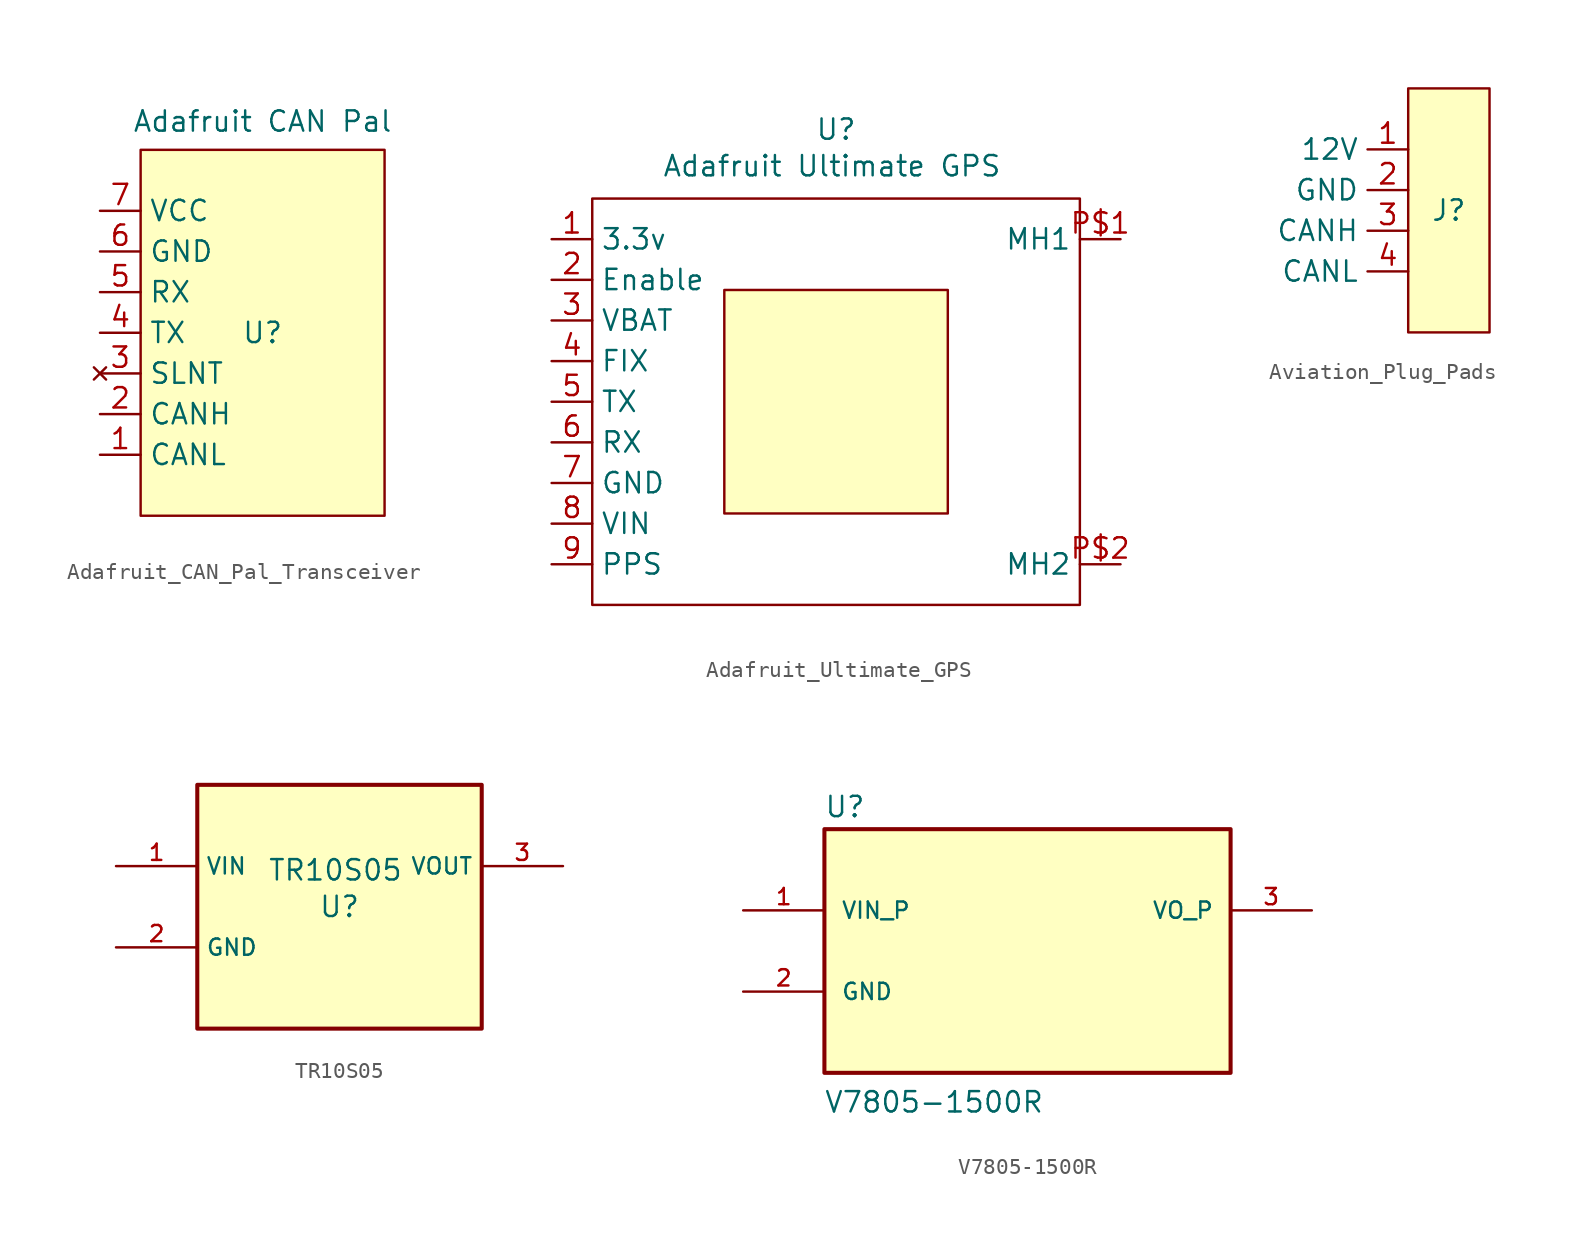
<source format=kicad_sym>
(kicad_symbol_lib
  (version 20241209)
  (generator "kicad_symbol_editor")
  (generator_version "9.0")
  (symbol "Adafruit_CAN_Pal_Transceiver"
    (property "Reference" "U"
      (at 0 0 0)
      (effects (font (size 1.27 1.27))))
    (property "Value" "Adafruit CAN Pal"
      (at 0 13.208 0)
      (effects (font (size 1.27 1.27))))
    (symbol "Adafruit_CAN_Pal_Transceiver_1_1"
      (rectangle (start -7.62 11.43) (end 7.62 -11.43) (stroke (width 0) (type default)) (fill (type background)))
      (pin power_in line (at -10.16 7.62 0) (length 2.54) (name "VCC" (effects (font (size 1.27 1.27)))) (number "7" (effects (font (size 1.27 1.27)))))
      (pin power_in line (at -10.16 5.08 0) (length 2.54) (name "GND" (effects (font (size 1.27 1.27)))) (number "6" (effects (font (size 1.27 1.27)))))
      (pin bidirectional line (at -10.16 2.54 0) (length 2.54) (name "RX" (effects (font (size 1.27 1.27)))) (number "5" (effects (font (size 1.27 1.27)))))
      (pin bidirectional line (at -10.16 0 0) (length 2.54) (name "TX" (effects (font (size 1.27 1.27)))) (number "4" (effects (font (size 1.27 1.27)))))
      (pin no_connect line (at -10.16 -2.54 0) (length 2.54) (name "SLNT" (effects (font (size 1.27 1.27)))) (number "3" (effects (font (size 1.27 1.27)))))
      (pin bidirectional line (at -10.16 -5.08 0) (length 2.54) (name "CANH" (effects (font (size 1.27 1.27)))) (number "2" (effects (font (size 1.27 1.27)))))
      (pin bidirectional line (at -10.16 -7.62 0) (length 2.54) (name "CANL" (effects (font (size 1.27 1.27)))) (number "1" (effects (font (size 1.27 1.27)))))))
  (symbol "Adafruit_Ultimate_GPS"
    (property "Reference" "U"
      (at 0 15.748 0)
      (effects (font (size 1.27 1.27))))
    (property "Value" "Adafruit Ultimate GPS"
      (at -0.254 13.462 0)
      (effects (font (size 1.27 1.27))))
    (symbol "Adafruit_Ultimate_GPS_0_1"
      (rectangle (start -15.24 11.43) (end 15.24 -13.97) (stroke (width 0) (type default)) (fill (type none))))
    (symbol "Adafruit_Ultimate_GPS_1_1"
      (rectangle (start -6.985 5.715) (end 6.985 -8.255) (stroke (width 0) (type solid)) (fill (type background)))
      (pin unspecified line (at -17.78 8.89 0) (length 2.54) (name "3.3v" (effects (font (size 1.27 1.27)))) (number "1" (effects (font (size 1.27 1.27)))))
      (pin unspecified line (at -17.78 6.35 0) (length 2.54) (name "Enable" (effects (font (size 1.27 1.27)))) (number "2" (effects (font (size 1.27 1.27)))))
      (pin unspecified line (at -17.78 3.81 0) (length 2.54) (name "VBAT" (effects (font (size 1.27 1.27)))) (number "3" (effects (font (size 1.27 1.27)))))
      (pin unspecified line (at -17.78 1.27 0) (length 2.54) (name "FIX" (effects (font (size 1.27 1.27)))) (number "4" (effects (font (size 1.27 1.27)))))
      (pin unspecified line (at -17.78 -1.27 0) (length 2.54) (name "TX" (effects (font (size 1.27 1.27)))) (number "5" (effects (font (size 1.27 1.27)))))
      (pin unspecified line (at -17.78 -3.81 0) (length 2.54) (name "RX" (effects (font (size 1.27 1.27)))) (number "6" (effects (font (size 1.27 1.27)))))
      (pin power_in line (at -17.78 -6.35 0) (length 2.54) (name "GND" (effects (font (size 1.27 1.27)))) (number "7" (effects (font (size 1.27 1.27)))))
      (pin power_in line (at -17.78 -8.89 0) (length 2.54) (name "VIN" (effects (font (size 1.27 1.27)))) (number "8" (effects (font (size 1.27 1.27)))))
      (pin unspecified line (at -17.78 -11.43 0) (length 2.54) (name "PPS" (effects (font (size 1.27 1.27)))) (number "9" (effects (font (size 1.27 1.27)))))
      (pin input line (at 17.78 8.89 180) (length 2.54) (name "MH1" (effects (font (size 1.27 1.27)))) (number "P$1" (effects (font (size 1.27 1.27)))))
      (pin power_in line (at 17.78 -11.43 180) (length 2.54) (name "MH2" (effects (font (size 1.27 1.27)))) (number "P$2" (effects (font (size 1.27 1.27)))))))
  (symbol "Aviation_Plug_Pads"
    (property "Reference" "J"
      (at 0 0 0)
      (effects (font (size 1.27 1.27))))
    (property "Value" ""
      (at 0 1.27 0)
      (effects (font (size 1.27 1.27))))
    (symbol "Aviation_Plug_Pads_1_1"
      (rectangle (start -2.54 7.62) (end 2.54 -7.62) (stroke (width 0) (type default)) (fill (type background)))
      (pin power_in line (at -2.54 3.81 180) (length 2.54) (name "12V" (effects (font (size 1.27 1.27)))) (number "1" (effects (font (size 1.27 1.27)))))
      (pin power_in line (at -2.54 1.27 180) (length 2.54) (name "GND" (effects (font (size 1.27 1.27)))) (number "2" (effects (font (size 1.27 1.27)))))
      (pin bidirectional line (at -2.54 -1.27 180) (length 2.54) (name "CANH" (effects (font (size 1.27 1.27)))) (number "3" (effects (font (size 1.27 1.27)))))
      (pin bidirectional line (at -2.54 -3.81 180) (length 2.54) (name "CANL" (effects (font (size 1.27 1.27)))) (number "4" (effects (font (size 1.27 1.27)))))))
  (symbol "TR10S05"
    (property "Reference" "U"
      (at 0 0 0)
      (effects (font (size 1.27 1.27))))
    (property "Value" "TR10S05"
      (at -0.254 2.286 0)
      (effects (font (size 1.27 1.27))))
    (symbol "TR10S05_0_0"
      (rectangle (start -8.89 7.62) (end 8.89 -7.62) (stroke (width 0.254) (type default)) (fill (type background)))
      (pin power_in line (at -13.97 -2.54 0) (length 5.08) (name "GND" (effects (font (size 1.016 1.016)))) (number "2" (effects (font (size 1.016 1.016))))))
    (symbol "TR10S05_1_0"
      (pin power_in line (at -13.97 2.54 0) (length 5.08) (name "VIN" (effects (font (size 1.016 1.016)))) (number "1" (effects (font (size 1.016 1.016)))))
      (pin power_out line (at 13.97 2.54 180) (length 5.08) (name "VOUT" (effects (font (size 1.016 1.016)))) (number "3" (effects (font (size 1.016 1.016)))))))
  (symbol "V7805-1500R"
    (pin_names
      (offset 1.016))
    (property "Reference" "U"
      (at -12.725 8.271 0)
      (effects (font (size 1.27 1.27)) (justify left bottom)))
    (property "Value" "V7805-1500R"
      (at -12.745 -10.196 0)
      (effects (font (size 1.27 1.27)) (justify left bottom)))
    (symbol "V7805-1500R_0_0"
      (rectangle (start -12.7 7.62) (end 12.7 -7.62) (stroke (width 0.254) (type default)) (fill (type background)))
      (pin input line (at -17.78 2.54 0) (length 5.08) (name "VIN_P" (effects (font (size 1.016 1.016)))) (number "1" (effects (font (size 1.016 1.016)))))
      (pin power_in line (at -17.78 -2.54 0) (length 5.08) (name "GND" (effects (font (size 1.016 1.016)))) (number "2" (effects (font (size 1.016 1.016)))))
      (pin output line (at 17.78 2.54 180) (length 5.08) (name "VO_P" (effects (font (size 1.016 1.016)))) (number "3" (effects (font (size 1.016 1.016))))))))
</source>
